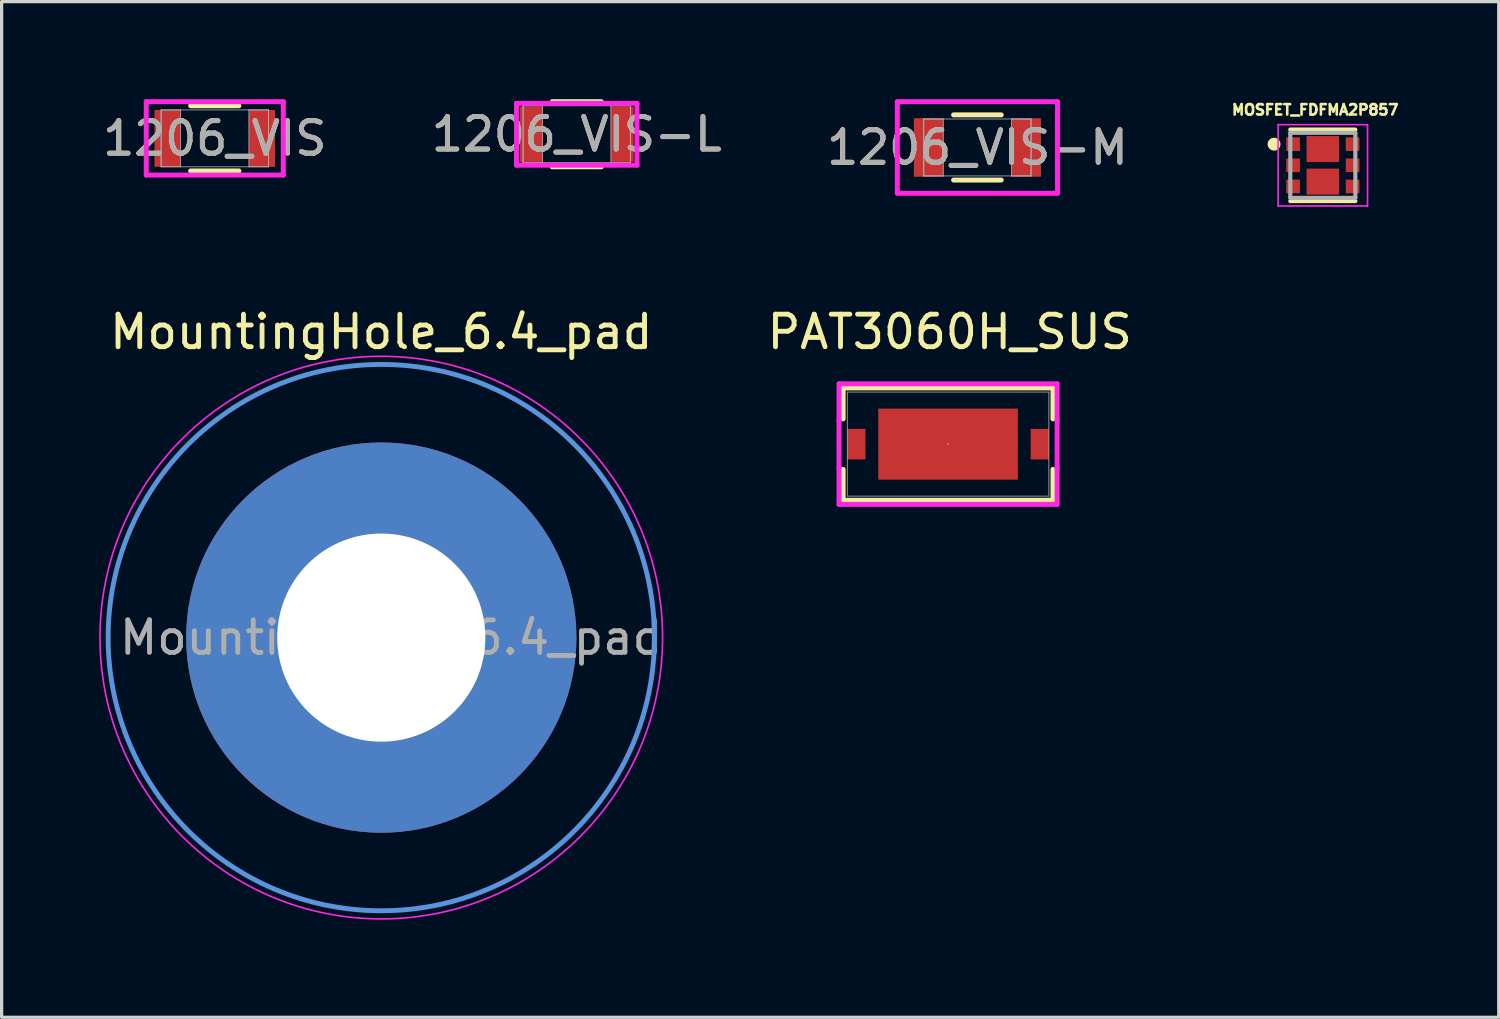
<source format=kicad_pcb>
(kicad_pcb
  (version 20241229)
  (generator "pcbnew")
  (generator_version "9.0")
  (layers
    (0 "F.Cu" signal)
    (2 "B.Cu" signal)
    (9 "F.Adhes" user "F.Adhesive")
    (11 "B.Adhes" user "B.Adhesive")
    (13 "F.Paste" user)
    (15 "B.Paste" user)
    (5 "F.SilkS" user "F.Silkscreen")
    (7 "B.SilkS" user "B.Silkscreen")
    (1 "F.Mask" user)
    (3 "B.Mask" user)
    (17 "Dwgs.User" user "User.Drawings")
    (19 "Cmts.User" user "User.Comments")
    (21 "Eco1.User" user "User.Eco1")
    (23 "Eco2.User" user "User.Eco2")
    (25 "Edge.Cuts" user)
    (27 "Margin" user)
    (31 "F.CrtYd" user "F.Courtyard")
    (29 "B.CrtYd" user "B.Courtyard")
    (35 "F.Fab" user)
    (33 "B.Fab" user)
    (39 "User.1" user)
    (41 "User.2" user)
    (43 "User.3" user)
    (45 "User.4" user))
  (footprint "PAT3060H_SUS"
    (layer "F.Cu")
    (at 26.104 10.607)
    (property "Reference" "PAT3060H_SUS" (at 0.05 -3.45 0) (unlocked yes) (layer "F.SilkS") (effects (font (size 1 1) (thickness 0.15))))
    (attr smd)
    (fp_line (start -3.226 -1.727) (end -3.226 -0.777) (stroke (width 0.152) (type solid)) (layer "F.SilkS"))
    (fp_line (start -3.226 0.777) (end -3.226 1.727) (stroke (width 0.152) (type solid)) (layer "F.SilkS"))
    (fp_line (start -3.226 1.727) (end 3.226 1.727) (stroke (width 0.152) (type solid)) (layer "F.SilkS"))
    (fp_line (start 3.226 -1.727) (end -3.226 -1.727) (stroke (width 0.152) (type solid)) (layer "F.SilkS"))
    (fp_line (start 3.226 -0.777) (end 3.226 -1.727) (stroke (width 0.152) (type solid)) (layer "F.SilkS"))
    (fp_line (start 3.226 1.727) (end 3.226 0.777) (stroke (width 0.152) (type solid)) (layer "F.SilkS"))
    (fp_line (start -3.353 -1.854) (end 3.353 -1.854) (stroke (width 0.152) (type solid)) (layer "F.CrtYd"))
    (fp_line (start -3.353 -0.724) (end -3.353 -1.854) (stroke (width 0.152) (type solid)) (layer "F.CrtYd"))
    (fp_line (start -3.353 -0.724) (end -3.353 -0.724) (stroke (width 0.152) (type solid)) (layer "F.CrtYd"))
    (fp_line (start -3.353 0.724) (end -3.353 -0.724) (stroke (width 0.152) (type solid)) (layer "F.CrtYd"))
    (fp_line (start -3.353 0.724) (end -3.353 0.724) (stroke (width 0.152) (type solid)) (layer "F.CrtYd"))
    (fp_line (start -3.353 1.854) (end -3.353 0.724) (stroke (width 0.152) (type solid)) (layer "F.CrtYd"))
    (fp_line (start 3.353 -1.854) (end 3.353 -0.724) (stroke (width 0.152) (type solid)) (layer "F.CrtYd"))
    (fp_line (start 3.353 -0.724) (end 3.353 -0.724) (stroke (width 0.152) (type solid)) (layer "F.CrtYd"))
    (fp_line (start 3.353 -0.724) (end 3.353 0.724) (stroke (width 0.152) (type solid)) (layer "F.CrtYd"))
    (fp_line (start 3.353 0.724) (end 3.353 0.724) (stroke (width 0.152) (type solid)) (layer "F.CrtYd"))
    (fp_line (start 3.353 0.724) (end 3.353 1.854) (stroke (width 0.152) (type solid)) (layer "F.CrtYd"))
    (fp_line (start 3.353 1.854) (end -3.353 1.854) (stroke (width 0.152) (type solid)) (layer "F.CrtYd"))
    (fp_line (start -3.099 -1.6) (end -3.099 1.6) (stroke (width 0.025) (type solid)) (layer "F.Fab"))
    (fp_line (start -3.099 1.6) (end 3.099 1.6) (stroke (width 0.025) (type solid)) (layer "F.Fab"))
    (fp_line (start 3.099 -1.6) (end -3.099 -1.6) (stroke (width 0.025) (type solid)) (layer "F.Fab"))
    (fp_line (start 3.099 1.6) (end 3.099 -1.6) (stroke (width 0.025) (type solid)) (layer "F.Fab"))
    (fp_circle (center 0 0) (end 0 0) (stroke (width 0.025) (type solid)) (fill no) (layer "F.Fab"))
    (pad "1" smd rect (at -2.819 0) (size 0.559 0.94) (layers "F.Cu" "F.Mask" "F.Paste"))
    (pad "2" smd rect (at 2.819 0) (size 0.559 0.94) (layers "F.Cu" "F.Mask" "F.Paste"))
    (pad "3" smd rect (at 0 0) (size 4.293 2.184) (layers "F.Cu" "F.Mask" "F.Paste")))
  (footprint "1206_VIS-L"
    (layer "F.Cu")
    (at 14.685 1.078)
    (property "Reference" "1206_VIS-L" (at 0 0 0) (unlocked yes) (layer "F.SilkS") (effects (font (size 1 1) (thickness 0.15))))
    (attr smd)
    (fp_line (start -0.754 1.002) (end 0.754 1.002) (stroke (width 0.152) (type solid)) (layer "F.SilkS"))
    (fp_line (start 0.754 -1.002) (end -0.754 -1.002) (stroke (width 0.152) (type solid)) (layer "F.SilkS"))
    (fp_line (start -1.853 -0.951) (end 1.853 -0.951) (stroke (width 0.152) (type solid)) (layer "F.CrtYd"))
    (fp_line (start -1.853 0.951) (end -1.853 -0.951) (stroke (width 0.152) (type solid)) (layer "F.CrtYd"))
    (fp_line (start 1.853 -0.951) (end 1.853 0.951) (stroke (width 0.152) (type solid)) (layer "F.CrtYd"))
    (fp_line (start 1.853 0.951) (end -1.853 0.951) (stroke (width 0.152) (type solid)) (layer "F.CrtYd"))
    (fp_line (start -1.65 -0.875) (end -1.65 0.875) (stroke (width 0.025) (type solid)) (layer "F.Fab"))
    (fp_line (start -1.65 -0.875) (end -1.65 0.875) (stroke (width 0.025) (type solid)) (layer "F.Fab"))
    (fp_line (start -1.65 0.875) (end -1.05 0.875) (stroke (width 0.025) (type solid)) (layer "F.Fab"))
    (fp_line (start -1.65 0.875) (end 1.65 0.875) (stroke (width 0.025) (type solid)) (layer "F.Fab"))
    (fp_line (start -1.05 -0.875) (end -1.65 -0.875) (stroke (width 0.025) (type solid)) (layer "F.Fab"))
    (fp_line (start -1.05 0.875) (end -1.05 -0.875) (stroke (width 0.025) (type solid)) (layer "F.Fab"))
    (fp_line (start 1.05 -0.875) (end 1.05 0.875) (stroke (width 0.025) (type solid)) (layer "F.Fab"))
    (fp_line (start 1.05 0.875) (end 1.65 0.875) (stroke (width 0.025) (type solid)) (layer "F.Fab"))
    (fp_line (start 1.65 -0.875) (end -1.65 -0.875) (stroke (width 0.025) (type solid)) (layer "F.Fab"))
    (fp_line (start 1.65 -0.875) (end 1.05 -0.875) (stroke (width 0.025) (type solid)) (layer "F.Fab"))
    (fp_line (start 1.65 0.875) (end 1.65 -0.875) (stroke (width 0.025) (type solid)) (layer "F.Fab"))
    (fp_line (start 1.65 0.875) (end 1.65 -0.875) (stroke (width 0.025) (type solid)) (layer "F.Fab"))
    (fp_text user "${REFERENCE}" (at 0 0 0) (unlocked yes) (layer "F.Fab") (effects (font (size 1 1) (thickness 0.15))))
    (pad "1" smd rect (at -1.401 0) (size 0.702 1.699) (layers "F.Cu" "F.Mask" "F.Paste"))
    (pad "2" smd rect (at 1.401 0) (size 0.702 1.699) (layers "F.Cu" "F.Mask" "F.Paste"))
    (zone (net_name "") (layer "F.Cu") (hatch full 0.508) (connect_pads) (min_thickness 0.254) (filled_areas_thickness no) (keepout (tracks not_allowed) (vias not_allowed) (pads allowed) (copperpour not_allowed) (footprints allowed)) (placement (enabled no)) (fill) (polygon (pts (xy 13.685 0.254) (xy 15.684 0.254) (xy 15.684 1.902) (xy 13.685 1.902)))))
  (footprint "1206_VIS"
    (layer "F.Cu")
    (at 3.554 1.205)
    (property "Reference" "1206_VIS" (at 0 0 0) (unlocked yes) (layer "F.SilkS") (effects (font (size 1 1) (thickness 0.15))))
    (attr smd)
    (fp_line (start -0.742 1.002) (end 0.742 1.002) (stroke (width 0.152) (type solid)) (layer "F.SilkS"))
    (fp_line (start 0.742 -1.002) (end -0.742 -1.002) (stroke (width 0.152) (type solid)) (layer "F.SilkS"))
    (fp_line (start -2.107 -1.129) (end 2.107 -1.129) (stroke (width 0.152) (type solid)) (layer "F.CrtYd"))
    (fp_line (start -2.107 1.129) (end -2.107 -1.129) (stroke (width 0.152) (type solid)) (layer "F.CrtYd"))
    (fp_line (start 2.107 -1.129) (end 2.107 1.129) (stroke (width 0.152) (type solid)) (layer "F.CrtYd"))
    (fp_line (start 2.107 1.129) (end -2.107 1.129) (stroke (width 0.152) (type solid)) (layer "F.CrtYd"))
    (fp_line (start -1.65 -0.875) (end -1.65 0.875) (stroke (width 0.025) (type solid)) (layer "F.Fab"))
    (fp_line (start -1.65 -0.875) (end -1.65 0.875) (stroke (width 0.025) (type solid)) (layer "F.Fab"))
    (fp_line (start -1.65 0.875) (end -1.05 0.875) (stroke (width 0.025) (type solid)) (layer "F.Fab"))
    (fp_line (start -1.65 0.875) (end 1.65 0.875) (stroke (width 0.025) (type solid)) (layer "F.Fab"))
    (fp_line (start -1.05 -0.875) (end -1.65 -0.875) (stroke (width 0.025) (type solid)) (layer "F.Fab"))
    (fp_line (start -1.05 0.875) (end -1.05 -0.875) (stroke (width 0.025) (type solid)) (layer "F.Fab"))
    (fp_line (start 1.05 -0.875) (end 1.05 0.875) (stroke (width 0.025) (type solid)) (layer "F.Fab"))
    (fp_line (start 1.05 0.875) (end 1.65 0.875) (stroke (width 0.025) (type solid)) (layer "F.Fab"))
    (fp_line (start 1.65 -0.875) (end -1.65 -0.875) (stroke (width 0.025) (type solid)) (layer "F.Fab"))
    (fp_line (start 1.65 -0.875) (end 1.05 -0.875) (stroke (width 0.025) (type solid)) (layer "F.Fab"))
    (fp_line (start 1.65 0.875) (end 1.65 -0.875) (stroke (width 0.025) (type solid)) (layer "F.Fab"))
    (fp_line (start 1.65 0.875) (end 1.65 -0.875) (stroke (width 0.025) (type solid)) (layer "F.Fab"))
    (fp_text user "${REFERENCE}" (at 0 0 0) (unlocked yes) (layer "F.Fab") (effects (font (size 1 1) (thickness 0.15))))
    (pad "1" smd rect (at -1.452 0) (size 0.803 1.75) (layers "F.Cu" "F.Mask" "F.Paste"))
    (pad "2" smd rect (at 1.452 0) (size 0.803 1.75) (layers "F.Cu" "F.Mask" "F.Paste"))
    (zone (net_name "") (layer "F.Cu") (hatch full 0.508) (connect_pads) (min_thickness 0.254) (filled_areas_thickness no) (keepout (tracks not_allowed) (vias not_allowed) (pads allowed) (copperpour not_allowed) (footprints allowed)) (placement (enabled no)) (fill) (polygon (pts (xy 2.554 0.381) (xy 4.553 0.381) (xy 4.553 2.029) (xy 2.554 2.029)))))
  (footprint "MOSFET_FDFMA2P857"
    (layer "F.Cu")
    (at 37.628 2.034)
    (property "Reference" "MOSFET_FDFMA2P857" (at -0.234 -1.706 0) (layer "F.SilkS") (effects (font (size 0.32 0.32) (thickness 0.15))))
    (attr smd)
    (fp_line (start 1 -1.1) (end -1 -1.1) (stroke (width 0.127) (type solid)) (layer "F.SilkS"))
    (fp_line (start 1 1.1) (end -1 1.1) (stroke (width 0.127) (type solid)) (layer "F.SilkS"))
    (fp_circle (center -1.5 -0.65) (end -1.4 -0.65) (stroke (width 0.2) (type solid)) (fill no) (layer "F.SilkS"))
    (fp_line (start -1.375 -1.25) (end 1.375 -1.25) (stroke (width 0.05) (type solid)) (layer "F.CrtYd"))
    (fp_line (start -1.375 1.25) (end -1.375 -1.25) (stroke (width 0.05) (type solid)) (layer "F.CrtYd"))
    (fp_line (start 1.375 -1.25) (end 1.375 1.25) (stroke (width 0.05) (type solid)) (layer "F.CrtYd"))
    (fp_line (start 1.375 1.25) (end -1.375 1.25) (stroke (width 0.05) (type solid)) (layer "F.CrtYd"))
    (fp_line (start -1 -1) (end 1 -1) (stroke (width 0.127) (type solid)) (layer "F.Fab"))
    (fp_line (start -1 1) (end -1 -1) (stroke (width 0.127) (type solid)) (layer "F.Fab"))
    (fp_line (start 1 -1) (end 1 1) (stroke (width 0.127) (type solid)) (layer "F.Fab"))
    (fp_line (start 1 1) (end -1 1) (stroke (width 0.127) (type solid)) (layer "F.Fab"))
    (pad "1" smd rect (at -0.915 -0.65 270) (size 0.42 0.42) (layers "F.Cu" "F.Mask" "F.Paste"))
    (pad "2" smd rect (at -0.915 0 270) (size 0.42 0.42) (layers "F.Cu" "F.Mask" "F.Paste"))
    (pad "3" smd rect (at -0.915 0.65 270) (size 0.42 0.42) (layers "F.Cu" "F.Mask" "F.Paste"))
    (pad "4" smd rect (at 0.915 0.65 90) (size 0.42 0.42) (layers "F.Cu" "F.Mask" "F.Paste"))
    (pad "5" smd rect (at 0.915 0 90) (size 0.42 0.42) (layers "F.Cu" "F.Mask" "F.Paste"))
    (pad "6" smd rect (at 0.915 -0.65 90) (size 0.42 0.42) (layers "F.Cu" "F.Mask" "F.Paste"))
    (pad "7" smd rect (at 0 -0.5 270) (size 0.8 1) (layers "F.Cu" "F.Mask" "F.Paste"))
    (pad "8" smd rect (at 0 0.5 270) (size 0.8 1) (layers "F.Cu" "F.Mask" "F.Paste")))
  (footprint "MountingHole_6.4_pad"
    (layer "F.Cu")
    (at 8.675 16.557)
    (property "Reference" "MountingHole_6.4_pad" (at 0 -9.4 0) (layer "F.SilkS") (effects (font (size 1 1) (thickness 0.15))))
    (attr exclude_from_pos_files exclude_from_bom)
    (fp_circle (center 0 0) (end 8.4 0) (stroke (width 0.15) (type solid)) (fill no) (layer "Cmts.User"))
    (fp_circle (center 0 0) (end 8.65 0) (stroke (width 0.05) (type solid)) (fill no) (layer "F.CrtYd"))
    (fp_text user "${REFERENCE}" (at 0.3 0 0) (layer "F.Fab") (effects (font (size 1 1) (thickness 0.15))))
    (pad "1" thru_hole circle (at 0 0) (size 12 12) (drill 6.4) (layers "*.Cu" "*.Mask")))
  (footprint "1206_VIS-M"
    (layer "F.Cu")
    (at 27.006 1.485)
    (property "Reference" "1206_VIS-M" (at 0 0 0) (unlocked yes) (layer "F.SilkS") (effects (font (size 1 1) (thickness 0.15))))
    (attr smd)
    (fp_line (start -0.733 1.002) (end 0.733 1.002) (stroke (width 0.152) (type solid)) (layer "F.SilkS"))
    (fp_line (start 0.733 -1.002) (end -0.733 -1.002) (stroke (width 0.152) (type solid)) (layer "F.SilkS"))
    (fp_line (start -2.463 -1.408) (end 2.463 -1.408) (stroke (width 0.152) (type solid)) (layer "F.CrtYd"))
    (fp_line (start -2.463 1.408) (end -2.463 -1.408) (stroke (width 0.152) (type solid)) (layer "F.CrtYd"))
    (fp_line (start 2.463 -1.408) (end 2.463 1.408) (stroke (width 0.152) (type solid)) (layer "F.CrtYd"))
    (fp_line (start 2.463 1.408) (end -2.463 1.408) (stroke (width 0.152) (type solid)) (layer "F.CrtYd"))
    (fp_line (start -1.65 -0.875) (end -1.65 0.875) (stroke (width 0.025) (type solid)) (layer "F.Fab"))
    (fp_line (start -1.65 -0.875) (end -1.65 0.875) (stroke (width 0.025) (type solid)) (layer "F.Fab"))
    (fp_line (start -1.65 0.875) (end -1.05 0.875) (stroke (width 0.025) (type solid)) (layer "F.Fab"))
    (fp_line (start -1.65 0.875) (end 1.65 0.875) (stroke (width 0.025) (type solid)) (layer "F.Fab"))
    (fp_line (start -1.05 -0.875) (end -1.65 -0.875) (stroke (width 0.025) (type solid)) (layer "F.Fab"))
    (fp_line (start -1.05 0.875) (end -1.05 -0.875) (stroke (width 0.025) (type solid)) (layer "F.Fab"))
    (fp_line (start 1.05 -0.875) (end 1.05 0.875) (stroke (width 0.025) (type solid)) (layer "F.Fab"))
    (fp_line (start 1.05 0.875) (end 1.65 0.875) (stroke (width 0.025) (type solid)) (layer "F.Fab"))
    (fp_line (start 1.65 -0.875) (end -1.65 -0.875) (stroke (width 0.025) (type solid)) (layer "F.Fab"))
    (fp_line (start 1.65 -0.875) (end 1.05 -0.875) (stroke (width 0.025) (type solid)) (layer "F.Fab"))
    (fp_line (start 1.65 0.875) (end 1.65 -0.875) (stroke (width 0.025) (type solid)) (layer "F.Fab"))
    (fp_line (start 1.65 0.875) (end 1.65 -0.875) (stroke (width 0.025) (type solid)) (layer "F.Fab"))
    (fp_text user "${REFERENCE}" (at 0 0 0) (unlocked yes) (layer "F.Fab") (effects (font (size 1 1) (thickness 0.15))))
    (pad "1" smd rect (at -1.502 0) (size 0.905 1.801) (layers "F.Cu" "F.Mask" "F.Paste"))
    (pad "2" smd rect (at 1.502 0) (size 0.905 1.801) (layers "F.Cu" "F.Mask" "F.Paste"))
    (zone (net_name "") (layer "F.Cu") (hatch full 0.508) (connect_pads) (min_thickness 0.254) (filled_areas_thickness no) (keepout (tracks not_allowed) (vias not_allowed) (pads allowed) (copperpour not_allowed) (footprints allowed)) (placement (enabled no)) (fill) (polygon (pts (xy 26.007 0.66) (xy 28.005 0.66) (xy 28.005 2.309) (xy 26.007 2.309)))))
  (gr_rect
    (start -3 -3)
    (end 43.038 28.232)
    (stroke (width 0.1) (type default))
    (fill no)
    (layer "Edge.Cuts")))
</source>
